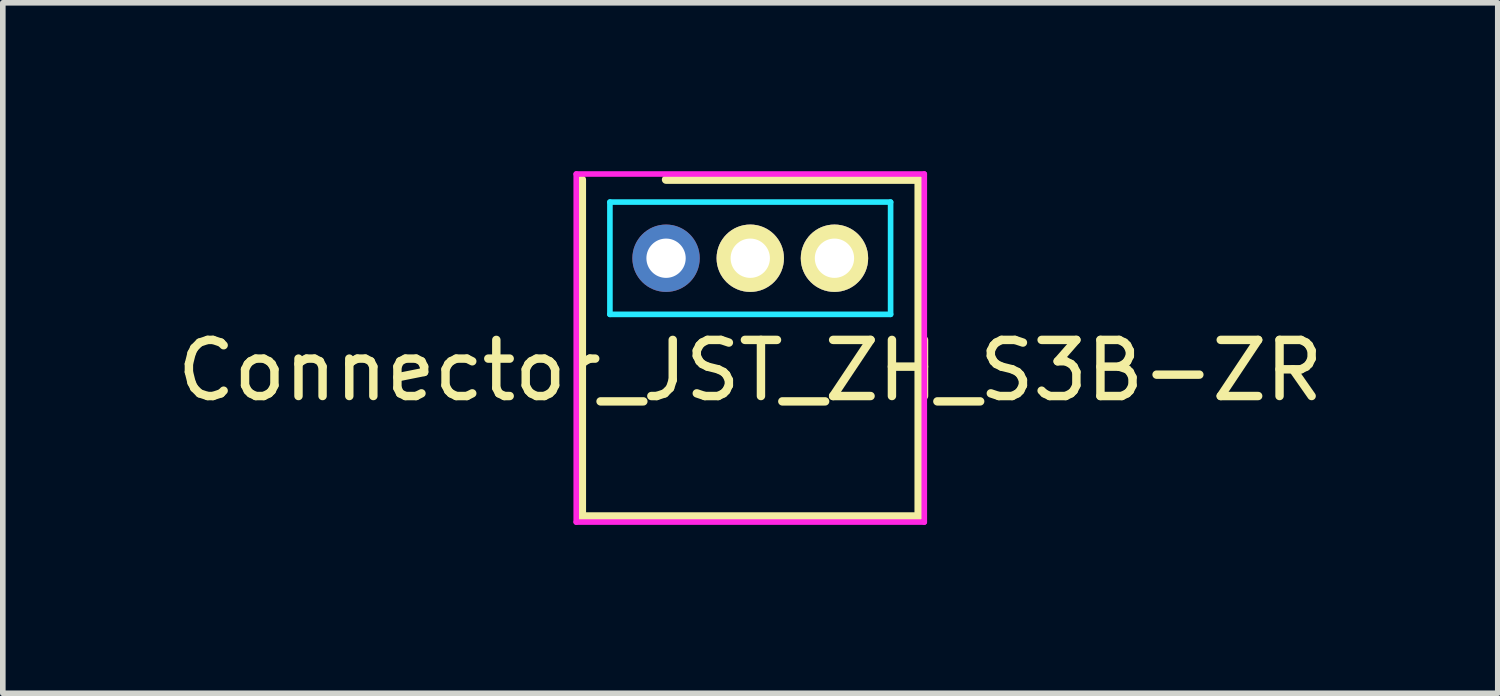
<source format=kicad_pcb>
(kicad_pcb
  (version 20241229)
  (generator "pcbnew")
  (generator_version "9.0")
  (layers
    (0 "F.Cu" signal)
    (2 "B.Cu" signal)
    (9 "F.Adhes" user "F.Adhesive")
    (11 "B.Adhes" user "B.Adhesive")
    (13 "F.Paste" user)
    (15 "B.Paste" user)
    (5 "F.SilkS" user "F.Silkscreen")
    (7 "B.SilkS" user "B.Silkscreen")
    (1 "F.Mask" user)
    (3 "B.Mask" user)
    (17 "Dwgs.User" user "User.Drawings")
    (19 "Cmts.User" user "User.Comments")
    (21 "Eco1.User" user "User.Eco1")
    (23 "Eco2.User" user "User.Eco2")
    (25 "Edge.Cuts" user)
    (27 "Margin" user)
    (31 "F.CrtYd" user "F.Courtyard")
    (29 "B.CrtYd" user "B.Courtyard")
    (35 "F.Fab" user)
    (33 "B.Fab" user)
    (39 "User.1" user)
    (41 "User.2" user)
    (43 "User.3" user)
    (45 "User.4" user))
  (footprint "Connector_JST_ZH_S3B-ZR"
    (layer "F.Cu")
    (at 10.315 1.55)
    (property "Reference" "Connector_JST_ZH_S3B-ZR" (at 0 2 0) (layer "F.SilkS") (effects (font (size 1 1) (thickness 0.15))))
    (attr through_hole)
    (fp_line (start -3 4.6) (end -3 -1.4) (stroke (width 0.15) (type solid)) (layer "F.SilkS"))
    (fp_line (start -1.5 -1.4) (end 3 -1.4) (stroke (width 0.15) (type solid)) (layer "F.SilkS"))
    (fp_line (start 3 -1.4) (end 3 4.6) (stroke (width 0.15) (type solid)) (layer "F.SilkS"))
    (fp_line (start 3 4.6) (end -3 4.6) (stroke (width 0.15) (type solid)) (layer "F.SilkS"))
    (fp_line (start -2.5 -1) (end 2.5 -1) (stroke (width 0.1) (type solid)) (layer "B.CrtYd"))
    (fp_line (start -2.5 1) (end -2.5 -1) (stroke (width 0.1) (type solid)) (layer "B.CrtYd"))
    (fp_line (start 2.5 -1) (end 2.5 1) (stroke (width 0.1) (type solid)) (layer "B.CrtYd"))
    (fp_line (start 2.5 1) (end -2.5 1) (stroke (width 0.1) (type solid)) (layer "B.CrtYd"))
    (fp_line (start -3.1 -1.5) (end 3.1 -1.5) (stroke (width 0.1) (type solid)) (layer "F.CrtYd"))
    (fp_line (start -3.1 4.7) (end -3.1 -1.5) (stroke (width 0.1) (type solid)) (layer "F.CrtYd"))
    (fp_line (start 3.1 -1.5) (end 3.1 4.7) (stroke (width 0.1) (type solid)) (layer "F.CrtYd"))
    (fp_line (start 3.1 4.7) (end -3.1 4.7) (stroke (width 0.1) (type solid)) (layer "F.CrtYd"))
    (pad "1" thru_hole circle (at -1.5 0) (size 1.2 1.2) (drill 0.7) (layers "*.Cu" "F.Mask"))
    (pad "2" thru_hole circle (at 0 0) (size 1.2 1.2) (drill 0.7) (layers "*.Cu" "*.Mask" "F.SilkS"))
    (pad "3" thru_hole circle (at 1.5 0) (size 1.2 1.2) (drill 0.7) (layers "*.Cu" "*.Mask" "F.SilkS")))
  (gr_rect
    (start -3 -3)
    (end 23.631 9.3)
    (stroke (width 0.1) (type default))
    (fill no)
    (layer "Edge.Cuts")))
</source>
